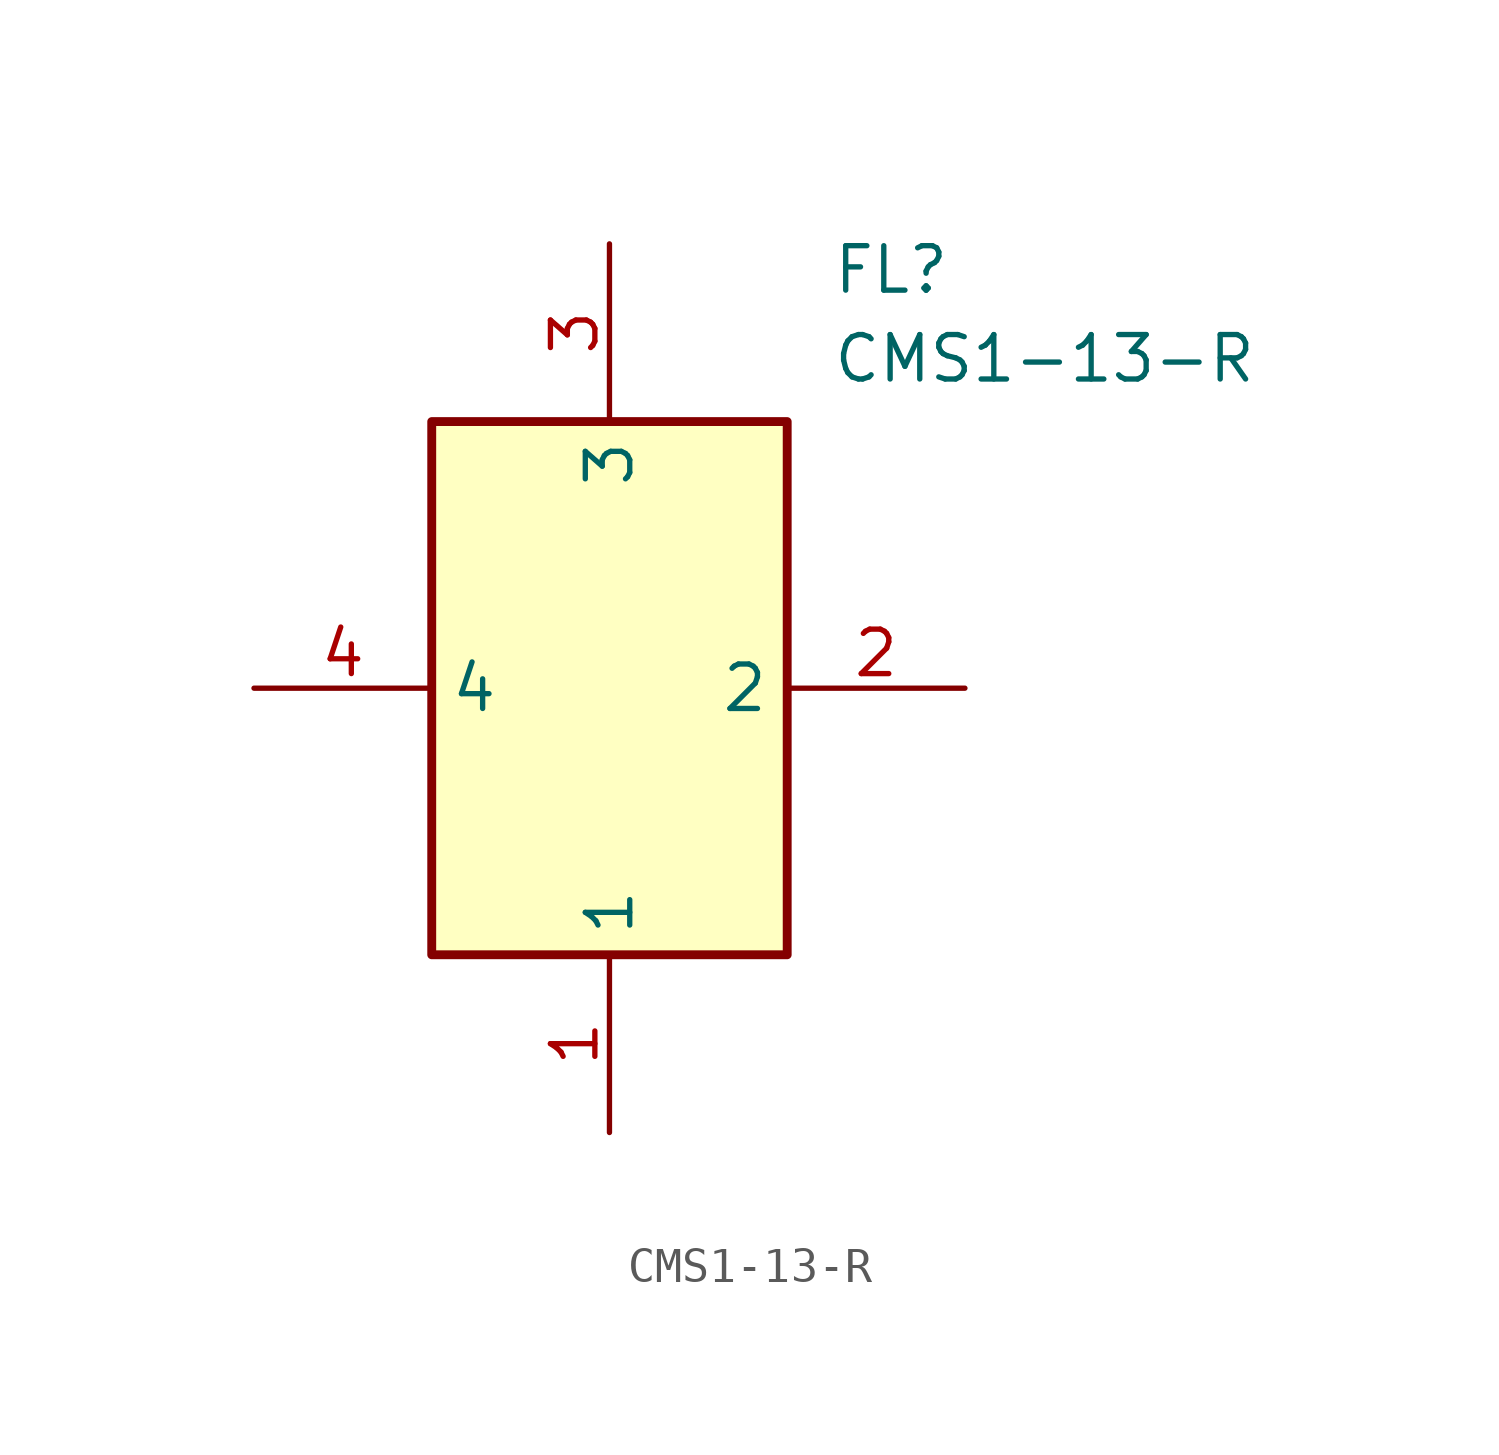
<source format=kicad_sym>
(kicad_symbol_lib
  (version 20211014)
  (generator SamacSys_ECAD_Model)
  (symbol "CMS1-13-R"
    (property "Reference" "FL"
      (at 16.51 12.7 0)
      (effects (font (size 1.27 1.27)) (justify left top)))
    (property "Value" "CMS1-13-R"
      (at 16.51 10.16 0)
      (effects (font (size 1.27 1.27)) (justify left top)))
    (rectangle
      (start 5.08 7.62)
      (end 15.24 -7.62)
      (stroke (width 0.254) (type default))
      (fill (type background)))
    (pin passive line
      (at 10.16 -12.7 90)
      (length 5.08)
      (name "1" (effects (font (size 1.27 1.27))))
      (number "1" (effects (font (size 1.27 1.27)))))
    (pin passive line
      (at 20.32 0 180)
      (length 5.08)
      (name "2" (effects (font (size 1.27 1.27))))
      (number "2" (effects (font (size 1.27 1.27)))))
    (pin passive line
      (at 10.16 12.7 270)
      (length 5.08)
      (name "3" (effects (font (size 1.27 1.27))))
      (number "3" (effects (font (size 1.27 1.27)))))
    (pin passive line
      (at 0 0 0)
      (length 5.08)
      (name "4" (effects (font (size 1.27 1.27))))
      (number "4" (effects (font (size 1.27 1.27)))))))
</source>
